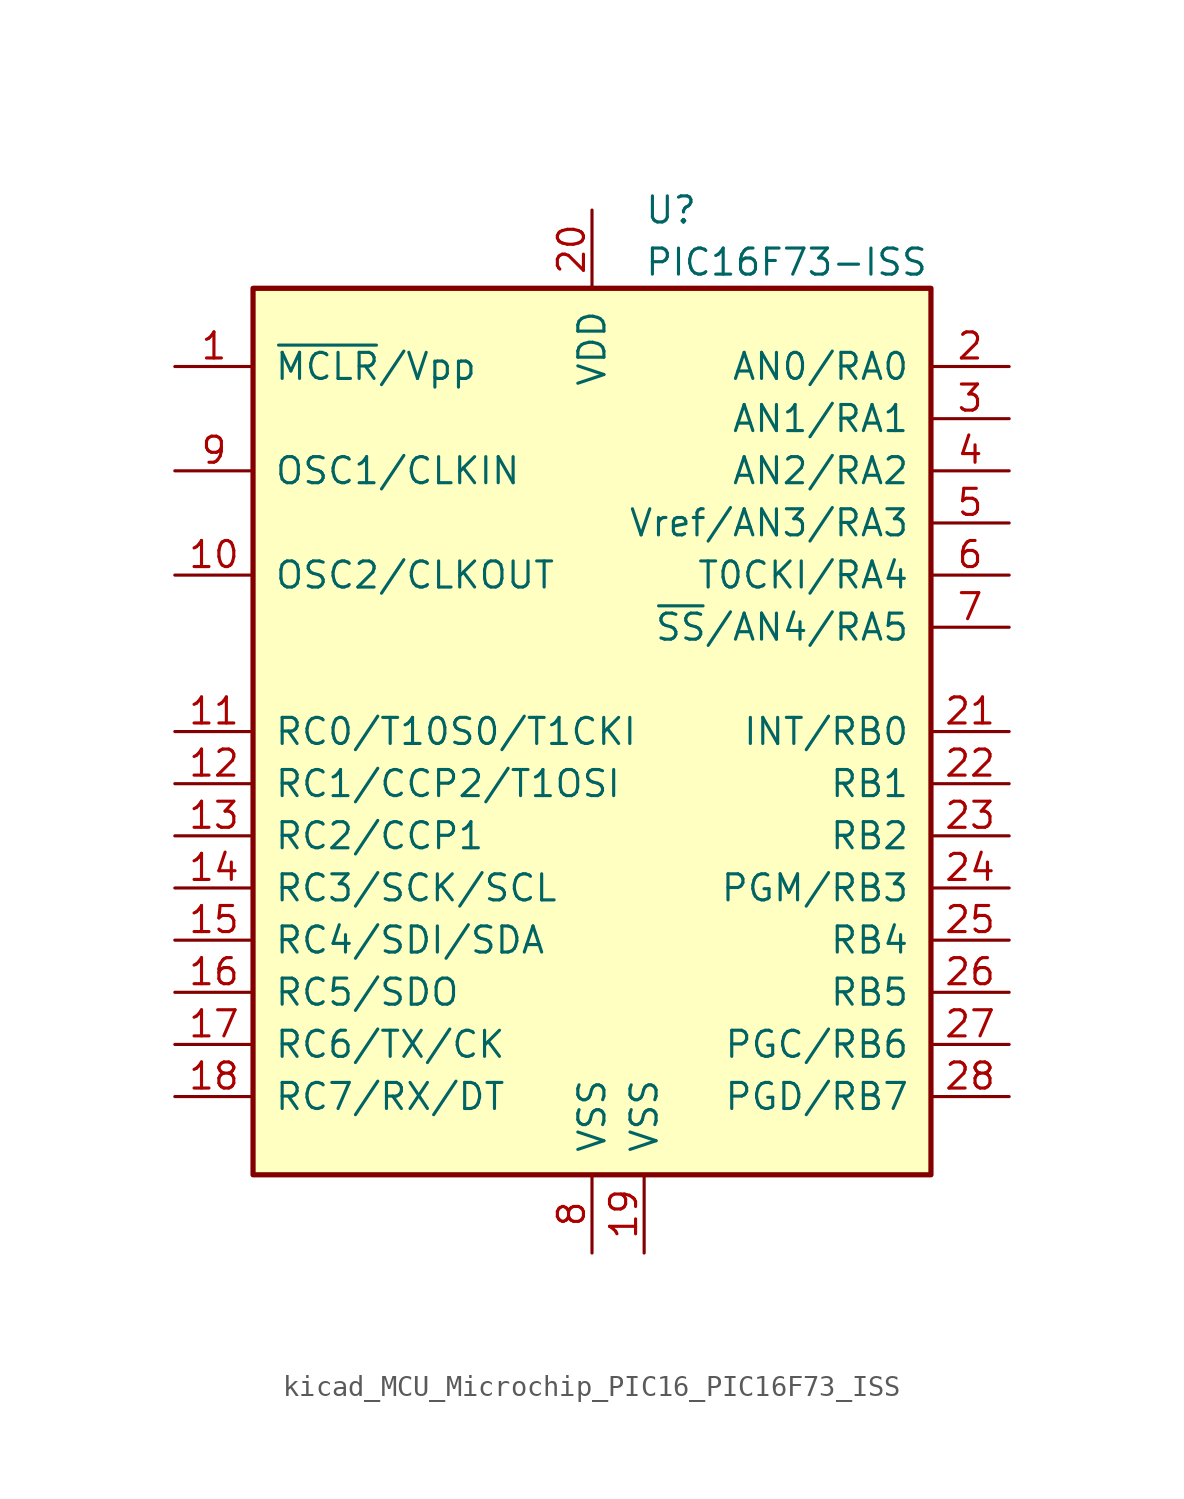
<source format=kicad_sym>
(kicad_symbol_lib
  (version 20220914)
  (generator kicad_symbol_editor)
  (symbol "kicad_MCU_Microchip_PIC16_PIC16F73_ISS"
    (pin_names
      (offset 1.016))
    (property "Reference" "U"
      (at 2.54 25.4 0)
      (effects (font (size 1.27 1.27)) (justify left)))
    (property "Value" "PIC16F73-ISS"
      (at 2.54 22.86 0)
      (effects (font (size 1.27 1.27)) (justify left)))
    (symbol "kicad_MCU_Microchip_PIC16_PIC16F73_ISS_0_1"
      (rectangle (start -16.51 -21.59) (end 16.51 21.59) (stroke (width 0.254) (type default)) (fill (type background))))
    (symbol "kicad_MCU_Microchip_PIC16_PIC16F73_ISS_1_1"
      (pin input line (at -20.32 17.78 0) (length 3.81) (name "~{MCLR}/Vpp" (effects (font (size 1.27 1.27)))) (number "1" (effects (font (size 1.27 1.27)))))
      (pin output line (at -20.32 7.62 0) (length 3.81) (name "OSC2/CLKOUT" (effects (font (size 1.27 1.27)))) (number "10" (effects (font (size 1.27 1.27)))))
      (pin bidirectional line (at -20.32 0 0) (length 3.81) (name "RC0/T10S0/T1CKI" (effects (font (size 1.27 1.27)))) (number "11" (effects (font (size 1.27 1.27)))))
      (pin bidirectional line (at -20.32 -2.54 0) (length 3.81) (name "RC1/CCP2/T1OSI" (effects (font (size 1.27 1.27)))) (number "12" (effects (font (size 1.27 1.27)))))
      (pin bidirectional line (at -20.32 -5.08 0) (length 3.81) (name "RC2/CCP1" (effects (font (size 1.27 1.27)))) (number "13" (effects (font (size 1.27 1.27)))))
      (pin bidirectional line (at -20.32 -7.62 0) (length 3.81) (name "RC3/SCK/SCL" (effects (font (size 1.27 1.27)))) (number "14" (effects (font (size 1.27 1.27)))))
      (pin bidirectional line (at -20.32 -10.16 0) (length 3.81) (name "RC4/SDI/SDA" (effects (font (size 1.27 1.27)))) (number "15" (effects (font (size 1.27 1.27)))))
      (pin bidirectional line (at -20.32 -12.7 0) (length 3.81) (name "RC5/SDO" (effects (font (size 1.27 1.27)))) (number "16" (effects (font (size 1.27 1.27)))))
      (pin bidirectional line (at -20.32 -15.24 0) (length 3.81) (name "RC6/TX/CK" (effects (font (size 1.27 1.27)))) (number "17" (effects (font (size 1.27 1.27)))))
      (pin bidirectional line (at -20.32 -17.78 0) (length 3.81) (name "RC7/RX/DT" (effects (font (size 1.27 1.27)))) (number "18" (effects (font (size 1.27 1.27)))))
      (pin power_in line (at 2.54 -25.4 90) (length 3.81) (name "VSS" (effects (font (size 1.27 1.27)))) (number "19" (effects (font (size 1.27 1.27)))))
      (pin bidirectional line (at 20.32 17.78 180) (length 3.81) (name "AN0/RA0" (effects (font (size 1.27 1.27)))) (number "2" (effects (font (size 1.27 1.27)))))
      (pin power_in line (at 0 25.4 270) (length 3.81) (name "VDD" (effects (font (size 1.27 1.27)))) (number "20" (effects (font (size 1.27 1.27)))))
      (pin bidirectional line (at 20.32 0 180) (length 3.81) (name "INT/RB0" (effects (font (size 1.27 1.27)))) (number "21" (effects (font (size 1.27 1.27)))))
      (pin bidirectional line (at 20.32 -2.54 180) (length 3.81) (name "RB1" (effects (font (size 1.27 1.27)))) (number "22" (effects (font (size 1.27 1.27)))))
      (pin bidirectional line (at 20.32 -5.08 180) (length 3.81) (name "RB2" (effects (font (size 1.27 1.27)))) (number "23" (effects (font (size 1.27 1.27)))))
      (pin bidirectional line (at 20.32 -7.62 180) (length 3.81) (name "PGM/RB3" (effects (font (size 1.27 1.27)))) (number "24" (effects (font (size 1.27 1.27)))))
      (pin bidirectional line (at 20.32 -10.16 180) (length 3.81) (name "RB4" (effects (font (size 1.27 1.27)))) (number "25" (effects (font (size 1.27 1.27)))))
      (pin bidirectional line (at 20.32 -12.7 180) (length 3.81) (name "RB5" (effects (font (size 1.27 1.27)))) (number "26" (effects (font (size 1.27 1.27)))))
      (pin bidirectional line (at 20.32 -15.24 180) (length 3.81) (name "PGC/RB6" (effects (font (size 1.27 1.27)))) (number "27" (effects (font (size 1.27 1.27)))))
      (pin bidirectional line (at 20.32 -17.78 180) (length 3.81) (name "PGD/RB7" (effects (font (size 1.27 1.27)))) (number "28" (effects (font (size 1.27 1.27)))))
      (pin bidirectional line (at 20.32 15.24 180) (length 3.81) (name "AN1/RA1" (effects (font (size 1.27 1.27)))) (number "3" (effects (font (size 1.27 1.27)))))
      (pin bidirectional line (at 20.32 12.7 180) (length 3.81) (name "AN2/RA2" (effects (font (size 1.27 1.27)))) (number "4" (effects (font (size 1.27 1.27)))))
      (pin bidirectional line (at 20.32 10.16 180) (length 3.81) (name "Vref/AN3/RA3" (effects (font (size 1.27 1.27)))) (number "5" (effects (font (size 1.27 1.27)))))
      (pin bidirectional line (at 20.32 7.62 180) (length 3.81) (name "T0CKI/RA4" (effects (font (size 1.27 1.27)))) (number "6" (effects (font (size 1.27 1.27)))))
      (pin bidirectional line (at 20.32 5.08 180) (length 3.81) (name "~{SS}/AN4/RA5" (effects (font (size 1.27 1.27)))) (number "7" (effects (font (size 1.27 1.27)))))
      (pin power_in line (at 0 -25.4 90) (length 3.81) (name "VSS" (effects (font (size 1.27 1.27)))) (number "8" (effects (font (size 1.27 1.27)))))
      (pin input line (at -20.32 12.7 0) (length 3.81) (name "OSC1/CLKIN" (effects (font (size 1.27 1.27)))) (number "9" (effects (font (size 1.27 1.27))))))))
</source>
